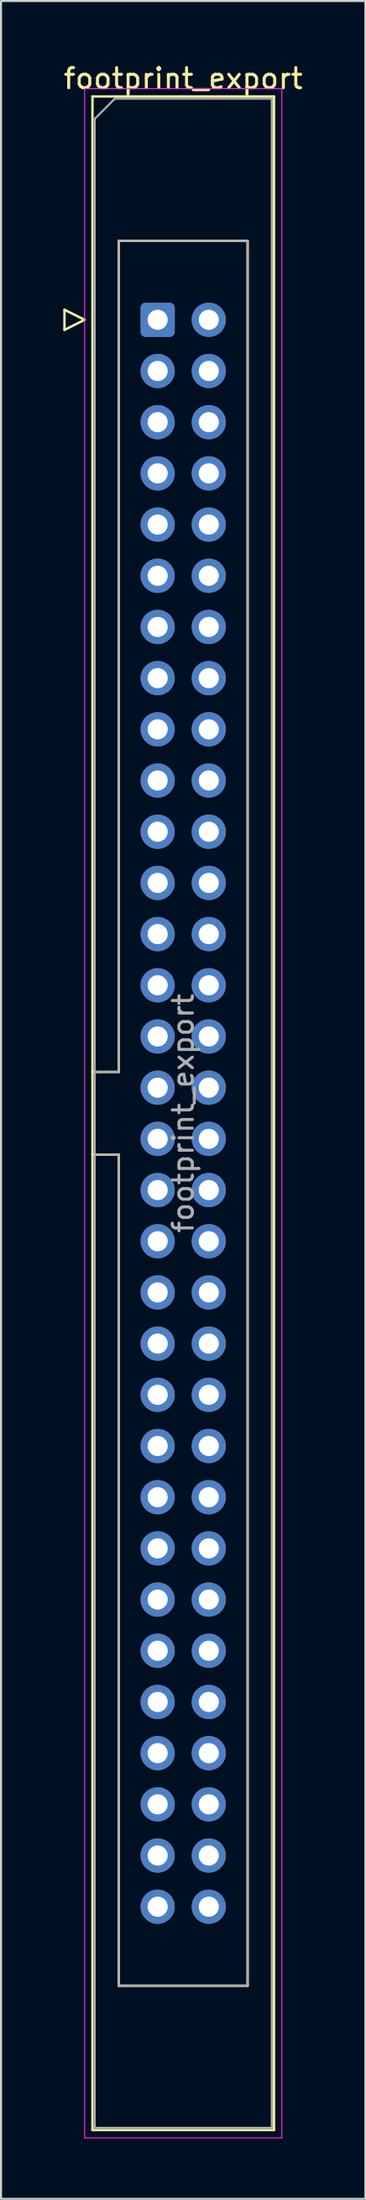
<source format=kicad_pcb>
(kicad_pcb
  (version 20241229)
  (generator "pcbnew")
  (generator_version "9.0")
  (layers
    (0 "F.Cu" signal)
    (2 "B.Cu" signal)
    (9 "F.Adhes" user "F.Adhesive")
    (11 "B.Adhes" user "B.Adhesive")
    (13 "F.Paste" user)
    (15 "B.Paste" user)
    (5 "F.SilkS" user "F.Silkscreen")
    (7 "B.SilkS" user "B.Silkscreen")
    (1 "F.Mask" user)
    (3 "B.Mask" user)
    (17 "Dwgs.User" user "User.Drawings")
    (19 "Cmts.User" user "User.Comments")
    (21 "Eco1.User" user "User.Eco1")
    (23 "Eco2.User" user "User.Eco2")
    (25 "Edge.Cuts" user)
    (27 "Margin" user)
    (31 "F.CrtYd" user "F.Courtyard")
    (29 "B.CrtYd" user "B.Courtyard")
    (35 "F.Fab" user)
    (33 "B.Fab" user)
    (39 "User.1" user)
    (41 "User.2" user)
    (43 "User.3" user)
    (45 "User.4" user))
  (footprint "footprint_export"
    (layer "F.Cu")
    (at 4.784 12.818)
    (property "Reference" "footprint_export" (at 1.27 -11.97 0) (layer "F.SilkS") (effects (font (size 1 1) (thickness 0.15))))
    (attr through_hole)
    (fp_line (start -4.63 -0.5) (end -4.63 0.5) (stroke (width 0.12) (type solid)) (layer "F.SilkS"))
    (fp_line (start -4.63 0.5) (end -3.63 0) (stroke (width 0.12) (type solid)) (layer "F.SilkS"))
    (fp_line (start -3.63 0) (end -4.63 -0.5) (stroke (width 0.12) (type solid)) (layer "F.SilkS"))
    (fp_line (start -3.24 -11.08) (end 5.78 -11.08) (stroke (width 0.12) (type solid)) (layer "F.SilkS"))
    (fp_line (start -3.24 37.32) (end -1.93 37.32) (stroke (width 0.12) (type solid)) (layer "F.SilkS"))
    (fp_line (start -3.24 89.82) (end -3.24 -11.08) (stroke (width 0.12) (type solid)) (layer "F.SilkS"))
    (fp_line (start -1.93 -3.92) (end 4.47 -3.92) (stroke (width 0.12) (type solid)) (layer "F.SilkS"))
    (fp_line (start -1.93 37.32) (end -1.93 -3.92) (stroke (width 0.12) (type solid)) (layer "F.SilkS"))
    (fp_line (start -1.93 41.42) (end -3.24 41.42) (stroke (width 0.12) (type solid)) (layer "F.SilkS"))
    (fp_line (start -1.93 41.42) (end -1.93 41.42) (stroke (width 0.12) (type solid)) (layer "F.SilkS"))
    (fp_line (start -1.93 82.66) (end -1.93 41.42) (stroke (width 0.12) (type solid)) (layer "F.SilkS"))
    (fp_line (start 4.47 -3.92) (end 4.47 82.66) (stroke (width 0.12) (type solid)) (layer "F.SilkS"))
    (fp_line (start 4.47 82.66) (end -1.93 82.66) (stroke (width 0.12) (type solid)) (layer "F.SilkS"))
    (fp_line (start 5.78 -11.08) (end 5.78 89.82) (stroke (width 0.12) (type solid)) (layer "F.SilkS"))
    (fp_line (start 5.78 89.82) (end -3.24 89.82) (stroke (width 0.12) (type solid)) (layer "F.SilkS"))
    (fp_line (start -3.63 -11.47) (end -3.63 90.21) (stroke (width 0.05) (type solid)) (layer "F.CrtYd"))
    (fp_line (start -3.63 90.21) (end 6.17 90.21) (stroke (width 0.05) (type solid)) (layer "F.CrtYd"))
    (fp_line (start 6.17 -11.47) (end -3.63 -11.47) (stroke (width 0.05) (type solid)) (layer "F.CrtYd"))
    (fp_line (start 6.17 90.21) (end 6.17 -11.47) (stroke (width 0.05) (type solid)) (layer "F.CrtYd"))
    (fp_line (start -3.13 -9.97) (end -2.13 -10.97) (stroke (width 0.1) (type solid)) (layer "F.Fab"))
    (fp_line (start -3.13 37.32) (end -1.93 37.32) (stroke (width 0.1) (type solid)) (layer "F.Fab"))
    (fp_line (start -3.13 89.71) (end -3.13 -9.97) (stroke (width 0.1) (type solid)) (layer "F.Fab"))
    (fp_line (start -2.13 -10.97) (end 5.67 -10.97) (stroke (width 0.1) (type solid)) (layer "F.Fab"))
    (fp_line (start -1.93 -3.92) (end 4.47 -3.92) (stroke (width 0.1) (type solid)) (layer "F.Fab"))
    (fp_line (start -1.93 37.32) (end -1.93 -3.92) (stroke (width 0.1) (type solid)) (layer "F.Fab"))
    (fp_line (start -1.93 41.42) (end -3.13 41.42) (stroke (width 0.1) (type solid)) (layer "F.Fab"))
    (fp_line (start -1.93 41.42) (end -1.93 41.42) (stroke (width 0.1) (type solid)) (layer "F.Fab"))
    (fp_line (start -1.93 82.66) (end -1.93 41.42) (stroke (width 0.1) (type solid)) (layer "F.Fab"))
    (fp_line (start 4.47 -3.92) (end 4.47 82.66) (stroke (width 0.1) (type solid)) (layer "F.Fab"))
    (fp_line (start 4.47 82.66) (end -1.93 82.66) (stroke (width 0.1) (type solid)) (layer "F.Fab"))
    (fp_line (start 5.67 -10.97) (end 5.67 89.71) (stroke (width 0.1) (type solid)) (layer "F.Fab"))
    (fp_line (start 5.67 89.71) (end -3.13 89.71) (stroke (width 0.1) (type solid)) (layer "F.Fab"))
    (fp_text user "${REFERENCE}" (at 1.27 39.37 90) (layer "F.Fab") (effects (font (size 1 1) (thickness 0.15))))
    (pad "1" thru_hole roundrect (at 0 0) (size 1.7 1.7) (drill 1) (layers "*.Cu" "*.Mask") (roundrect_rratio 0.147))
    (pad "2" thru_hole circle (at 2.54 0) (size 1.7 1.7) (drill 1) (layers "*.Cu" "*.Mask"))
    (pad "3" thru_hole circle (at 0 2.54) (size 1.7 1.7) (drill 1) (layers "*.Cu" "*.Mask"))
    (pad "4" thru_hole circle (at 2.54 2.54) (size 1.7 1.7) (drill 1) (layers "*.Cu" "*.Mask"))
    (pad "5" thru_hole circle (at 0 5.08) (size 1.7 1.7) (drill 1) (layers "*.Cu" "*.Mask"))
    (pad "6" thru_hole circle (at 2.54 5.08) (size 1.7 1.7) (drill 1) (layers "*.Cu" "*.Mask"))
    (pad "7" thru_hole circle (at 0 7.62) (size 1.7 1.7) (drill 1) (layers "*.Cu" "*.Mask"))
    (pad "8" thru_hole circle (at 2.54 7.62) (size 1.7 1.7) (drill 1) (layers "*.Cu" "*.Mask"))
    (pad "9" thru_hole circle (at 0 10.16) (size 1.7 1.7) (drill 1) (layers "*.Cu" "*.Mask"))
    (pad "10" thru_hole circle (at 2.54 10.16) (size 1.7 1.7) (drill 1) (layers "*.Cu" "*.Mask"))
    (pad "11" thru_hole circle (at 0 12.7) (size 1.7 1.7) (drill 1) (layers "*.Cu" "*.Mask"))
    (pad "12" thru_hole circle (at 2.54 12.7) (size 1.7 1.7) (drill 1) (layers "*.Cu" "*.Mask"))
    (pad "13" thru_hole circle (at 0 15.24) (size 1.7 1.7) (drill 1) (layers "*.Cu" "*.Mask"))
    (pad "14" thru_hole circle (at 2.54 15.24) (size 1.7 1.7) (drill 1) (layers "*.Cu" "*.Mask"))
    (pad "15" thru_hole circle (at 0 17.78) (size 1.7 1.7) (drill 1) (layers "*.Cu" "*.Mask"))
    (pad "16" thru_hole circle (at 2.54 17.78) (size 1.7 1.7) (drill 1) (layers "*.Cu" "*.Mask"))
    (pad "17" thru_hole circle (at 0 20.32) (size 1.7 1.7) (drill 1) (layers "*.Cu" "*.Mask"))
    (pad "18" thru_hole circle (at 2.54 20.32) (size 1.7 1.7) (drill 1) (layers "*.Cu" "*.Mask"))
    (pad "19" thru_hole circle (at 0 22.86) (size 1.7 1.7) (drill 1) (layers "*.Cu" "*.Mask"))
    (pad "20" thru_hole circle (at 2.54 22.86) (size 1.7 1.7) (drill 1) (layers "*.Cu" "*.Mask"))
    (pad "21" thru_hole circle (at 0 25.4) (size 1.7 1.7) (drill 1) (layers "*.Cu" "*.Mask"))
    (pad "22" thru_hole circle (at 2.54 25.4) (size 1.7 1.7) (drill 1) (layers "*.Cu" "*.Mask"))
    (pad "23" thru_hole circle (at 0 27.94) (size 1.7 1.7) (drill 1) (layers "*.Cu" "*.Mask"))
    (pad "24" thru_hole circle (at 2.54 27.94) (size 1.7 1.7) (drill 1) (layers "*.Cu" "*.Mask"))
    (pad "25" thru_hole circle (at 0 30.48) (size 1.7 1.7) (drill 1) (layers "*.Cu" "*.Mask"))
    (pad "26" thru_hole circle (at 2.54 30.48) (size 1.7 1.7) (drill 1) (layers "*.Cu" "*.Mask"))
    (pad "27" thru_hole circle (at 0 33.02) (size 1.7 1.7) (drill 1) (layers "*.Cu" "*.Mask"))
    (pad "28" thru_hole circle (at 2.54 33.02) (size 1.7 1.7) (drill 1) (layers "*.Cu" "*.Mask"))
    (pad "29" thru_hole circle (at 0 35.56) (size 1.7 1.7) (drill 1) (layers "*.Cu" "*.Mask"))
    (pad "30" thru_hole circle (at 2.54 35.56) (size 1.7 1.7) (drill 1) (layers "*.Cu" "*.Mask"))
    (pad "31" thru_hole circle (at 0 38.1) (size 1.7 1.7) (drill 1) (layers "*.Cu" "*.Mask"))
    (pad "32" thru_hole circle (at 2.54 38.1) (size 1.7 1.7) (drill 1) (layers "*.Cu" "*.Mask"))
    (pad "33" thru_hole circle (at 0 40.64) (size 1.7 1.7) (drill 1) (layers "*.Cu" "*.Mask"))
    (pad "34" thru_hole circle (at 2.54 40.64) (size 1.7 1.7) (drill 1) (layers "*.Cu" "*.Mask"))
    (pad "35" thru_hole circle (at 0 43.18) (size 1.7 1.7) (drill 1) (layers "*.Cu" "*.Mask"))
    (pad "36" thru_hole circle (at 2.54 43.18) (size 1.7 1.7) (drill 1) (layers "*.Cu" "*.Mask"))
    (pad "37" thru_hole circle (at 0 45.72) (size 1.7 1.7) (drill 1) (layers "*.Cu" "*.Mask"))
    (pad "38" thru_hole circle (at 2.54 45.72) (size 1.7 1.7) (drill 1) (layers "*.Cu" "*.Mask"))
    (pad "39" thru_hole circle (at 0 48.26) (size 1.7 1.7) (drill 1) (layers "*.Cu" "*.Mask"))
    (pad "40" thru_hole circle (at 2.54 48.26) (size 1.7 1.7) (drill 1) (layers "*.Cu" "*.Mask"))
    (pad "41" thru_hole circle (at 0 50.8) (size 1.7 1.7) (drill 1) (layers "*.Cu" "*.Mask"))
    (pad "42" thru_hole circle (at 2.54 50.8) (size 1.7 1.7) (drill 1) (layers "*.Cu" "*.Mask"))
    (pad "43" thru_hole circle (at 0 53.34) (size 1.7 1.7) (drill 1) (layers "*.Cu" "*.Mask"))
    (pad "44" thru_hole circle (at 2.54 53.34) (size 1.7 1.7) (drill 1) (layers "*.Cu" "*.Mask"))
    (pad "45" thru_hole circle (at 0 55.88) (size 1.7 1.7) (drill 1) (layers "*.Cu" "*.Mask"))
    (pad "46" thru_hole circle (at 2.54 55.88) (size 1.7 1.7) (drill 1) (layers "*.Cu" "*.Mask"))
    (pad "47" thru_hole circle (at 0 58.42) (size 1.7 1.7) (drill 1) (layers "*.Cu" "*.Mask"))
    (pad "48" thru_hole circle (at 2.54 58.42) (size 1.7 1.7) (drill 1) (layers "*.Cu" "*.Mask"))
    (pad "49" thru_hole circle (at 0 60.96) (size 1.7 1.7) (drill 1) (layers "*.Cu" "*.Mask"))
    (pad "50" thru_hole circle (at 2.54 60.96) (size 1.7 1.7) (drill 1) (layers "*.Cu" "*.Mask"))
    (pad "51" thru_hole circle (at 0 63.5) (size 1.7 1.7) (drill 1) (layers "*.Cu" "*.Mask"))
    (pad "52" thru_hole circle (at 2.54 63.5) (size 1.7 1.7) (drill 1) (layers "*.Cu" "*.Mask"))
    (pad "53" thru_hole circle (at 0 66.04) (size 1.7 1.7) (drill 1) (layers "*.Cu" "*.Mask"))
    (pad "54" thru_hole circle (at 2.54 66.04) (size 1.7 1.7) (drill 1) (layers "*.Cu" "*.Mask"))
    (pad "55" thru_hole circle (at 0 68.58) (size 1.7 1.7) (drill 1) (layers "*.Cu" "*.Mask"))
    (pad "56" thru_hole circle (at 2.54 68.58) (size 1.7 1.7) (drill 1) (layers "*.Cu" "*.Mask"))
    (pad "57" thru_hole circle (at 0 71.12) (size 1.7 1.7) (drill 1) (layers "*.Cu" "*.Mask"))
    (pad "58" thru_hole circle (at 2.54 71.12) (size 1.7 1.7) (drill 1) (layers "*.Cu" "*.Mask"))
    (pad "59" thru_hole circle (at 0 73.66) (size 1.7 1.7) (drill 1) (layers "*.Cu" "*.Mask"))
    (pad "60" thru_hole circle (at 2.54 73.66) (size 1.7 1.7) (drill 1) (layers "*.Cu" "*.Mask"))
    (pad "61" thru_hole circle (at 0 76.2) (size 1.7 1.7) (drill 1) (layers "*.Cu" "*.Mask"))
    (pad "62" thru_hole circle (at 2.54 76.2) (size 1.7 1.7) (drill 1) (layers "*.Cu" "*.Mask"))
    (pad "63" thru_hole circle (at 0 78.74) (size 1.7 1.7) (drill 1) (layers "*.Cu" "*.Mask"))
    (pad "64" thru_hole circle (at 2.54 78.74) (size 1.7 1.7) (drill 1) (layers "*.Cu" "*.Mask")))
  (gr_rect
    (start -3 -3)
    (end 15.107 106.053)
    (stroke (width 0.1) (type default))
    (fill no)
    (layer "Edge.Cuts")))
</source>
